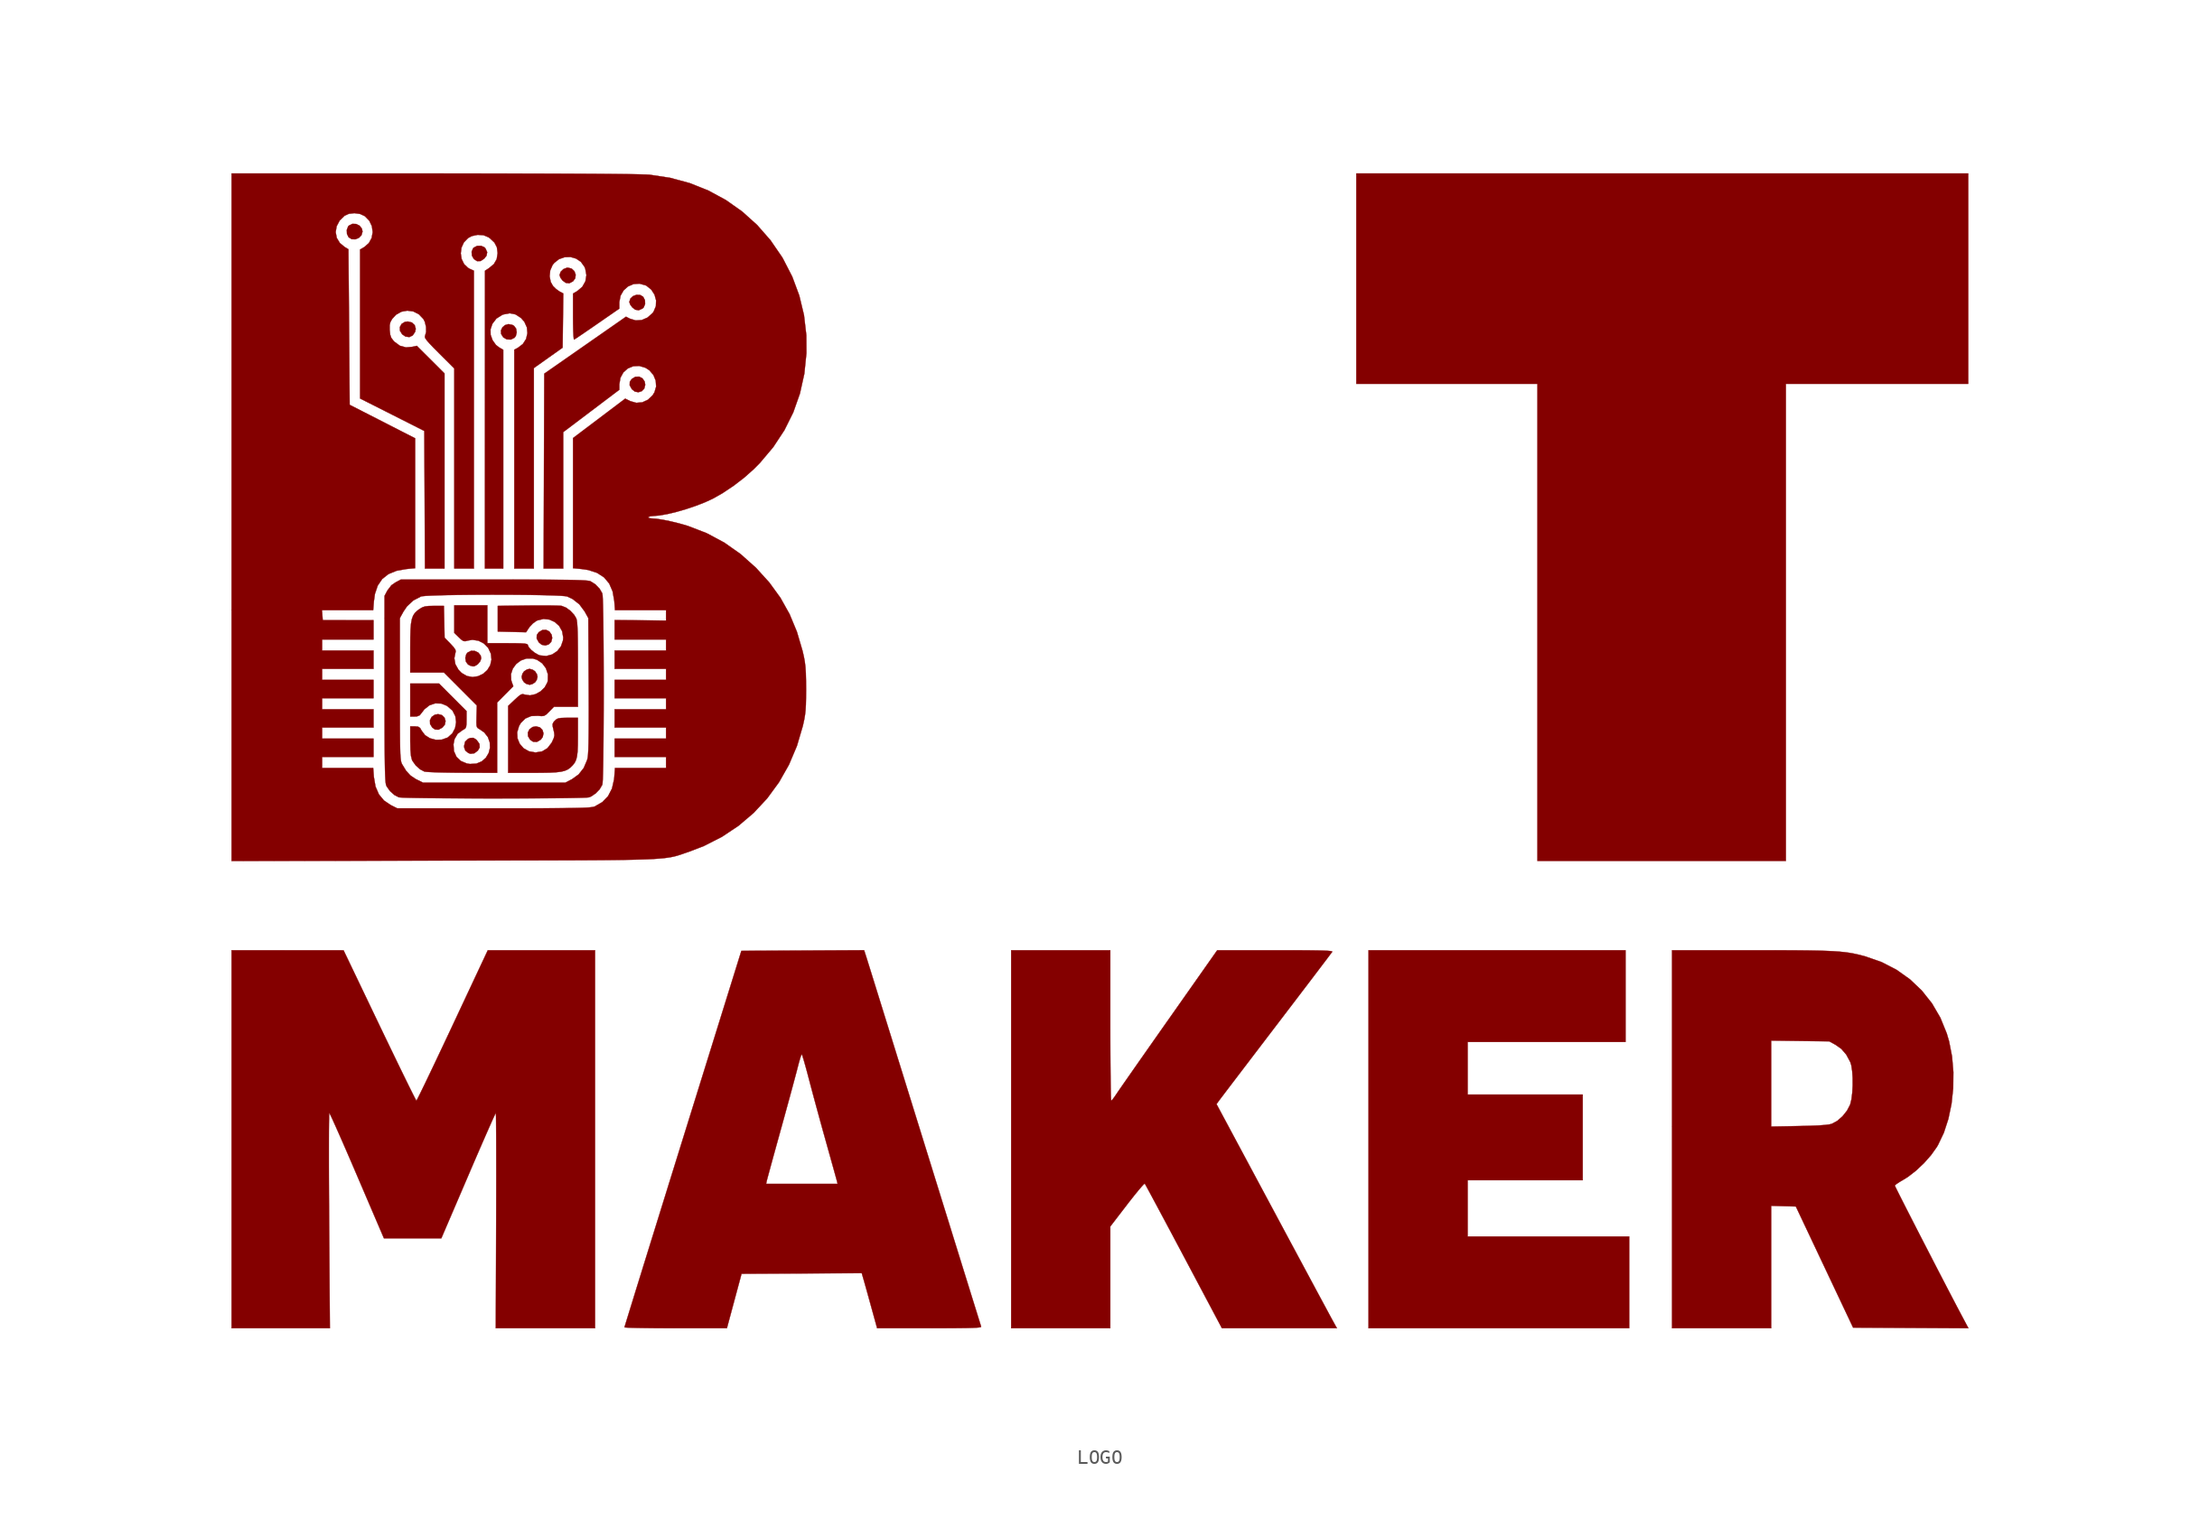
<source format=kicad_sym>
(kicad_symbol_lib
  (version 20210619)
  (generator bitmap2component)
  (symbol "LOGO"
    (pin_names
      (offset 1.016))
    (property "Reference" "#G"
      (at 0 51.35 0)
      (effects (font (size 1.27 1.27)) hide))
    (symbol "LOGO_0_0"
      (polyline (pts (xy -53.365 -32.512) (xy -53.371 -31.514) (xy -53.377 -30.451) (xy -53.381 -29.449) (xy -53.383 -28.519) (xy -53.383 -27.674) (xy -53.382 -26.926) (xy -53.38 -26.287) (xy -53.375 -25.769) (xy -53.369 -25.384) (xy -53.361 -25.144) (xy -53.352 -25.061) (xy -53.33 -25.096) (xy -53.244 -25.268) (xy -53.103 -25.573) (xy -52.912 -25.996) (xy -52.678 -26.523) (xy -52.406 -27.142) (xy -52.103 -27.837) (xy -51.776 -28.594) (xy -51.43 -29.401) (xy -49.572 -33.74) (xy -45.602 -33.74) (xy -43.741 -29.401) (xy -43.507 -28.854) (xy -43.173 -28.079) (xy -42.862 -27.362) (xy -42.581 -26.718) (xy -42.335 -26.159) (xy -42.131 -25.699) (xy -41.975 -25.354) (xy -41.874 -25.137) (xy -41.832 -25.061) (xy -41.826 -25.128) (xy -41.819 -25.353) (xy -41.814 -25.724) (xy -41.81 -26.229) (xy -41.806 -26.857) (xy -41.804 -27.595) (xy -41.803 -28.43) (xy -41.802 -29.352) (xy -41.803 -30.348) (xy -41.805 -31.405) (xy -41.808 -32.512) (xy -41.834 -39.963) (xy -34.967 -39.963) (xy -34.967 -13.801) (xy -42.387 -13.801) (xy -44.827 -19.008) (xy -45.065 -19.514) (xy -45.467 -20.368) (xy -45.845 -21.168) (xy -46.193 -21.901) (xy -46.506 -22.556) (xy -46.777 -23.12) (xy -47.001 -23.58) (xy -47.171 -23.924) (xy -47.281 -24.14) (xy -47.326 -24.215) (xy -47.344 -24.189) (xy -47.43 -24.03) (xy -47.578 -23.739) (xy -47.784 -23.326) (xy -48.041 -22.805) (xy -48.342 -22.189) (xy -48.682 -21.488) (xy -49.055 -20.717) (xy -49.455 -19.886) (xy -49.876 -19.01) (xy -52.366 -13.805) (xy -60.113 -13.801) (xy -60.113 -39.963) (xy -53.312 -39.963) (xy -53.365 -32.512)) (stroke (width 0.01)) (fill (type outline)))
      (polyline (pts (xy -25.34 -38.079) (xy -24.833 -36.195) (xy -20.675 -36.173) (xy -16.517 -36.151) (xy -16.4 -36.554) (xy -16.352 -36.722) (xy -16.261 -37.044) (xy -16.143 -37.465) (xy -16.009 -37.949) (xy -15.868 -38.46) (xy -15.453 -39.963) (xy -11.836 -39.963) (xy -11.236 -39.962) (xy -10.428 -39.96) (xy -9.769 -39.955) (xy -9.247 -39.948) (xy -8.849 -39.937) (xy -8.563 -39.923) (xy -8.377 -39.906) (xy -8.279 -39.883) (xy -8.255 -39.857) (xy -8.263 -39.833) (xy -8.315 -39.668) (xy -8.413 -39.354) (xy -8.554 -38.9) (xy -8.736 -38.315) (xy -8.956 -37.608) (xy -9.211 -36.786) (xy -9.499 -35.86) (xy -9.816 -34.838) (xy -10.161 -33.728) (xy -10.529 -32.54) (xy -10.92 -31.282) (xy -11.329 -29.963) (xy -11.754 -28.593) (xy -12.193 -27.178) (xy -12.386 -26.555) (xy -12.822 -25.151) (xy -13.244 -23.791) (xy -13.649 -22.484) (xy -14.036 -21.24) (xy -14.4 -20.066) (xy -14.74 -18.973) (xy -15.052 -17.969) (xy -15.333 -17.064) (xy -15.581 -16.265) (xy -15.793 -15.584) (xy -15.966 -15.027) (xy -16.098 -14.605) (xy -16.184 -14.328) (xy -16.224 -14.202) (xy -16.355 -13.799) (xy -20.6 -13.821) (xy -24.845 -13.843) (xy -28.887 -26.839) (xy -29.212 -27.884) (xy -29.649 -29.291) (xy -29.861 -29.972) (xy -23.134 -29.972) (xy -23.094 -29.782) (xy -23.086 -29.747) (xy -23.037 -29.561) (xy -22.95 -29.237) (xy -22.829 -28.795) (xy -22.681 -28.252) (xy -22.509 -27.627) (xy -22.319 -26.939) (xy -22.116 -26.204) (xy -22.06 -26.004) (xy -21.848 -25.236) (xy -21.644 -24.489) (xy -21.452 -23.788) (xy -21.281 -23.156) (xy -21.136 -22.616) (xy -21.023 -22.192) (xy -20.95 -21.907) (xy -20.867 -21.589) (xy -20.779 -21.283) (xy -20.71 -21.075) (xy -20.669 -20.998) (xy -20.662 -21.006) (xy -20.614 -21.132) (xy -20.534 -21.391) (xy -20.429 -21.758) (xy -20.305 -22.209) (xy -20.17 -22.721) (xy -20.026 -23.267) (xy -19.847 -23.937) (xy -19.644 -24.686) (xy -19.429 -25.473) (xy -19.213 -26.257) (xy -19.007 -26.995) (xy -18.927 -27.282) (xy -18.753 -27.904) (xy -18.595 -28.471) (xy -18.458 -28.962) (xy -18.349 -29.355) (xy -18.274 -29.628) (xy -18.238 -29.76) (xy -18.185 -29.972) (xy -23.134 -29.972) (xy -29.861 -29.972) (xy -30.07 -30.647) (xy -30.473 -31.945) (xy -30.855 -33.176) (xy -31.214 -34.331) (xy -31.546 -35.402) (xy -31.848 -36.379) (xy -32.12 -37.255) (xy -32.356 -38.022) (xy -32.556 -38.669) (xy -32.716 -39.189) (xy -32.834 -39.573) (xy -32.907 -39.813) (xy -32.932 -39.899) (xy -32.91 -39.906) (xy -32.748 -39.919) (xy -32.443 -39.931) (xy -32.013 -39.942) (xy -31.476 -39.95) (xy -30.848 -39.957) (xy -30.147 -39.961) (xy -29.391 -39.963) (xy -25.846 -39.963) (xy -25.34 -38.079)) (stroke (width 0.01)) (fill (type outline)))
      (polyline (pts (xy 0.677 -32.922) (xy 1.84 -31.407) (xy 2.018 -31.176) (xy 2.339 -30.77) (xy 2.619 -30.426) (xy 2.843 -30.163) (xy 2.995 -30) (xy 3.061 -29.953) (xy 3.074 -29.974) (xy 3.157 -30.122) (xy 3.31 -30.401) (xy 3.525 -30.8) (xy 3.796 -31.305) (xy 4.117 -31.904) (xy 4.48 -32.584) (xy 4.88 -33.333) (xy 5.308 -34.139) (xy 5.76 -34.989) (xy 8.399 -39.963) (xy 16.355 -39.963) (xy 16.062 -39.434) (xy 16.043 -39.399) (xy 15.935 -39.201) (xy 15.756 -38.869) (xy 15.511 -38.413) (xy 15.205 -37.846) (xy 14.846 -37.178) (xy 14.44 -36.42) (xy 13.991 -35.584) (xy 13.506 -34.68) (xy 12.991 -33.721) (xy 12.453 -32.716) (xy 11.896 -31.677) (xy 8.025 -24.451) (xy 8.219 -24.184) (xy 8.29 -24.09) (xy 8.458 -23.868) (xy 8.712 -23.533) (xy 9.044 -23.096) (xy 9.446 -22.568) (xy 9.908 -21.961) (xy 10.422 -21.286) (xy 10.98 -20.554) (xy 11.572 -19.777) (xy 12.191 -18.965) (xy 12.772 -18.203) (xy 13.36 -17.432) (xy 13.91 -16.709) (xy 14.415 -16.046) (xy 14.866 -15.452) (xy 15.256 -14.938) (xy 15.575 -14.516) (xy 15.817 -14.196) (xy 15.972 -13.989) (xy 16.033 -13.906) (xy 16.035 -13.902) (xy 16.007 -13.877) (xy 15.904 -13.857) (xy 15.713 -13.84) (xy 15.425 -13.827) (xy 15.025 -13.816) (xy 14.503 -13.809) (xy 13.847 -13.804) (xy 13.046 -13.802) (xy 12.086 -13.801) (xy 8.076 -13.801) (xy 4.728 -18.563) (xy 4.418 -19.003) (xy 3.858 -19.801) (xy 3.325 -20.561) (xy 2.828 -21.27) (xy 2.375 -21.917) (xy 1.976 -22.489) (xy 1.64 -22.972) (xy 1.374 -23.355) (xy 1.188 -23.625) (xy 1.091 -23.769) (xy 0.95 -23.975) (xy 0.817 -24.147) (xy 0.741 -24.213) (xy 0.74 -24.212) (xy 0.728 -24.112) (xy 0.718 -23.859) (xy 0.708 -23.467) (xy 0.7 -22.95) (xy 0.692 -22.324) (xy 0.686 -21.602) (xy 0.681 -20.799) (xy 0.678 -19.929) (xy 0.677 -19.008) (xy 0.677 -13.801) (xy -6.181 -13.801) (xy -6.181 -39.963) (xy 0.677 -39.963) (xy 0.677 -32.922)) (stroke (width 0.01)) (fill (type outline)))
      (polyline (pts (xy 36.576 -33.613) (xy 25.4 -33.613) (xy 25.4 -29.718) (xy 33.359 -29.718) (xy 33.359 -23.791) (xy 25.4 -23.791) (xy 25.4 -20.151) (xy 36.322 -20.151) (xy 36.322 -13.801) (xy 18.542 -13.801) (xy 18.542 -39.963) (xy 36.576 -39.963) (xy 36.576 -33.613)) (stroke (width 0.01)) (fill (type outline)))
      (polyline (pts (xy 59.581 -39.096) (xy 59.483 -38.911) (xy 59.233 -38.437) (xy 58.942 -37.88) (xy 58.617 -37.257) (xy 58.266 -36.581) (xy 57.897 -35.869) (xy 57.519 -35.136) (xy 57.139 -34.398) (xy 56.764 -33.671) (xy 56.404 -32.969) (xy 56.066 -32.309) (xy 55.758 -31.706) (xy 55.489 -31.175) (xy 55.265 -30.733) (xy 55.096 -30.394) (xy 54.988 -30.174) (xy 54.951 -30.089) (xy 54.958 -30.074) (xy 55.067 -29.981) (xy 55.279 -29.841) (xy 55.559 -29.676) (xy 55.883 -29.472) (xy 56.431 -29.045) (xy 56.971 -28.533) (xy 57.459 -27.981) (xy 57.85 -27.432) (xy 57.935 -27.289) (xy 58.342 -26.437) (xy 58.655 -25.477) (xy 58.872 -24.438) (xy 58.989 -23.352) (xy 59.002 -22.248) (xy 58.909 -21.157) (xy 58.705 -20.108) (xy 58.543 -19.556) (xy 58.102 -18.474) (xy 57.524 -17.483) (xy 56.818 -16.592) (xy 55.995 -15.812) (xy 55.064 -15.151) (xy 54.034 -14.621) (xy 52.915 -14.23) (xy 52.679 -14.167) (xy 52.387 -14.094) (xy 52.098 -14.031) (xy 51.799 -13.978) (xy 51.476 -13.934) (xy 51.113 -13.898) (xy 50.697 -13.869) (xy 50.212 -13.846) (xy 49.645 -13.829) (xy 48.98 -13.817) (xy 48.205 -13.809) (xy 47.303 -13.804) (xy 46.261 -13.802) (xy 45.064 -13.801) (xy 39.539 -13.801) (xy 39.539 -26.006) (xy 46.397 -26.006) (xy 46.397 -20.055) (xy 50.419 -20.108) (xy 50.86 -20.353) (xy 51.251 -20.629) (xy 51.589 -21.021) (xy 51.873 -21.548) (xy 51.941 -21.768) (xy 52.001 -22.163) (xy 52.032 -22.641) (xy 52.034 -23.156) (xy 52.007 -23.663) (xy 51.952 -24.114) (xy 51.867 -24.464) (xy 51.859 -24.488) (xy 51.643 -24.904) (xy 51.33 -25.296) (xy 50.964 -25.616) (xy 50.588 -25.817) (xy 50.427 -25.856) (xy 50.117 -25.896) (xy 49.67 -25.928) (xy 49.076 -25.952) (xy 48.324 -25.971) (xy 46.397 -26.006) (xy 39.539 -26.006) (xy 39.539 -39.963) (xy 46.397 -39.963) (xy 46.397 -31.49) (xy 47.251 -31.514) (xy 48.104 -31.538) (xy 50.084 -35.729) (xy 52.064 -39.92) (xy 56.053 -39.942) (xy 60.043 -39.964) (xy 59.581 -39.096)) (stroke (width 0.01)) (fill (type outline)))
      (polyline (pts (xy -45.445 -7.596) (xy -43.672 -7.593) (xy -41.943 -7.59) (xy -40.368 -7.587) (xy -38.938 -7.584) (xy -37.647 -7.58) (xy -36.485 -7.576) (xy -35.445 -7.571) (xy -34.519 -7.565) (xy -33.699 -7.557) (xy -32.977 -7.547) (xy -32.345 -7.535) (xy -31.794 -7.521) (xy -31.318 -7.504) (xy -30.908 -7.484) (xy -30.555 -7.46) (xy -30.253 -7.433) (xy -29.992 -7.402) (xy -29.766 -7.367) (xy -29.565 -7.328) (xy -29.383 -7.284) (xy -29.21 -7.234) (xy -29.04 -7.18) (xy -28.864 -7.119) (xy -28.674 -7.053) (xy -28.462 -6.981) (xy -27.436 -6.586) (xy -26.188 -5.951) (xy -25.036 -5.183) (xy -23.989 -4.291) (xy -23.054 -3.285) (xy -22.239 -2.172) (xy -21.552 -0.962) (xy -21.002 0.337) (xy -20.595 1.717) (xy -20.572 1.816) (xy -20.495 2.169) (xy -20.441 2.488) (xy -20.405 2.813) (xy -20.383 3.185) (xy -20.372 3.645) (xy -20.369 4.233) (xy -20.372 4.862) (xy -20.386 5.389) (xy -20.414 5.816) (xy -20.459 6.181) (xy -20.521 6.519) (xy -20.611 6.91) (xy -21.002 8.24) (xy -21.508 9.459) (xy -22.14 10.589) (xy -22.91 11.65) (xy -23.828 12.663) (xy -23.831 12.666) (xy -24.897 13.618) (xy -26.034 14.418) (xy -27.245 15.065) (xy -28.533 15.562) (xy -28.619 15.589) (xy -29.161 15.744) (xy -29.719 15.88) (xy -30.248 15.989) (xy -30.704 16.061) (xy -31.045 16.087) (xy -31.078 16.087) (xy -31.249 16.113) (xy -31.284 16.171) (xy -31.277 16.181) (xy -31.146 16.234) (xy -30.933 16.256) (xy -30.516 16.289) (xy -29.968 16.386) (xy -29.343 16.535) (xy -28.679 16.727) (xy -28.015 16.95) (xy -27.389 17.192) (xy -26.839 17.443) (xy -26.155 17.829) (xy -25.393 18.337) (xy -24.651 18.907) (xy -23.986 19.497) (xy -23.559 19.93) (xy -22.638 21.023) (xy -21.869 22.19) (xy -21.254 23.427) (xy -20.794 24.731) (xy -20.49 26.098) (xy -20.344 27.524) (xy -20.351 28.764) (xy -20.513 30.158) (xy -20.839 31.513) (xy -21.326 32.823) (xy -21.973 34.078) (xy -22.033 34.179) (xy -22.836 35.348) (xy -23.756 36.398) (xy -24.783 37.323) (xy -25.908 38.118) (xy -27.122 38.777) (xy -28.414 39.293) (xy -29.777 39.661) (xy -31.2 39.876) (xy -31.211 39.877) (xy -31.444 39.889) (xy -31.843 39.9) (xy -32.403 39.911) (xy -33.122 39.92) (xy -33.995 39.929) (xy -35.02 39.937) (xy -36.192 39.943) (xy -37.508 39.949) (xy -38.965 39.954) (xy -40.558 39.958) (xy -42.284 39.96) (xy -44.14 39.962) (xy -46.122 39.963) (xy -60.113 39.963) (xy -60.113 9.737) (xy -53.858 9.737) (xy -50.316 9.737) (xy -50.268 10.351) (xy -50.196 10.861) (xy -50.001 11.438) (xy -49.69 11.894) (xy -49.259 12.234) (xy -48.702 12.462) (xy -48.015 12.584) (xy -47.413 12.64) (xy -47.413 21.632) (xy -49.678 22.791) (xy -51.943 23.95) (xy -52.028 34.715) (xy -52.304 34.883) (xy -52.623 35.15) (xy -52.837 35.505) (xy -52.911 35.901) (xy -52.845 36.307) (xy -52.64 36.694) (xy -52.296 37.034) (xy -52.002 37.169) (xy -51.62 37.214) (xy -51.23 37.161) (xy -50.899 37.01) (xy -50.885 36.999) (xy -50.582 36.686) (xy -50.404 36.308) (xy -50.351 35.9) (xy -50.421 35.5) (xy -50.615 35.144) (xy -50.932 34.868) (xy -51.223 34.697) (xy -51.223 24.387) (xy -49.001 23.264) (xy -46.778 22.14) (xy -46.756 17.378) (xy -46.735 12.615) (xy -45.381 12.615) (xy -45.381 26.122) (xy -46.339 27.078) (xy -47.297 28.033) (xy -47.63 27.96) (xy -48.05 27.925) (xy -48.465 28.035) (xy -48.837 28.308) (xy -48.919 28.393) (xy -49.063 28.583) (xy -49.137 28.794) (xy -49.172 29.1) (xy -49.176 29.171) (xy -49.176 29.463) (xy -49.125 29.677) (xy -49.007 29.887) (xy -48.737 30.183) (xy -48.364 30.393) (xy -47.953 30.468) (xy -47.539 30.41) (xy -47.157 30.216) (xy -46.842 29.887) (xy -46.744 29.692) (xy -46.661 29.348) (xy -46.654 28.995) (xy -46.731 28.711) (xy -46.743 28.653) (xy -46.709 28.553) (xy -46.607 28.407) (xy -46.424 28.196) (xy -46.145 27.903) (xy -45.757 27.512) (xy -44.704 26.461) (xy -44.704 12.615) (xy -43.349 12.615) (xy -43.349 33.233) (xy -43.602 33.345) (xy -43.745 33.422) (xy -44.026 33.691) (xy -44.198 34.041) (xy -44.259 34.434) (xy -44.206 34.831) (xy -44.037 35.197) (xy -43.749 35.492) (xy -43.486 35.63) (xy -43.085 35.715) (xy -42.683 35.688) (xy -42.341 35.546) (xy -42.238 35.472) (xy -41.928 35.178) (xy -41.759 34.854) (xy -41.708 34.459) (xy -41.708 34.444) (xy -41.772 34.027) (xy -41.969 33.689) (xy -42.316 33.401) (xy -42.581 33.232) (xy -42.584 22.924) (xy -42.587 12.615) (xy -41.317 12.615) (xy -41.317 27.754) (xy -41.618 27.932) (xy -41.825 28.096) (xy -42.058 28.422) (xy -42.193 28.8) (xy -42.2 29.169) (xy -42.07 29.555) (xy -41.79 29.92) (xy -41.389 30.172) (xy -41.307 30.204) (xy -40.871 30.287) (xy -40.47 30.207) (xy -40.089 29.96) (xy -39.859 29.698) (xy -39.684 29.311) (xy -39.646 28.902) (xy -39.739 28.506) (xy -39.962 28.158) (xy -40.309 27.894) (xy -40.555 27.766) (xy -40.555 12.615) (xy -39.201 12.615) (xy -39.201 26.492) (xy -38.206 27.198) (xy -37.211 27.904) (xy -37.165 31.659) (xy -37.411 31.786) (xy -37.439 31.802) (xy -37.667 31.968) (xy -37.878 32.177) (xy -38.036 32.457) (xy -38.11 32.847) (xy -38.068 33.254) (xy -37.908 33.621) (xy -37.794 33.767) (xy -37.462 34.03) (xy -37.075 34.166) (xy -36.669 34.179) (xy -36.281 34.07) (xy -35.945 33.842) (xy -35.697 33.496) (xy -35.645 33.369) (xy -35.564 32.924) (xy -35.636 32.495) (xy -35.85 32.117) (xy -36.196 31.823) (xy -36.491 31.649) (xy -36.491 30.003) (xy -36.487 29.509) (xy -36.477 29.082) (xy -36.461 28.748) (xy -36.441 28.533) (xy -36.419 28.462) (xy -36.398 28.474) (xy -36.257 28.565) (xy -36.008 28.732) (xy -35.671 28.962) (xy -35.267 29.238) (xy -34.818 29.549) (xy -33.289 30.607) (xy -33.289 31.009) (xy -33.289 31.058) (xy -33.202 31.502) (xy -32.991 31.87) (xy -32.683 32.144) (xy -32.307 32.305) (xy -31.892 32.335) (xy -31.464 32.215) (xy -31.405 32.185) (xy -31.078 31.922) (xy -30.853 31.572) (xy -30.743 31.174) (xy -30.761 30.77) (xy -30.917 30.4) (xy -30.994 30.296) (xy -31.334 29.991) (xy -31.732 29.818) (xy -32.154 29.789) (xy -32.566 29.914) (xy -32.825 30.048) (xy -35.653 28.076) (xy -38.481 26.105) (xy -38.503 19.36) (xy -38.524 12.615) (xy -37.169 12.615) (xy -37.169 22.058) (xy -35.228 23.525) (xy -33.288 24.992) (xy -33.288 25.366) (xy -33.212 25.819) (xy -33.009 26.19) (xy -32.706 26.462) (xy -32.331 26.618) (xy -31.912 26.64) (xy -31.475 26.511) (xy -31.208 26.337) (xy -30.93 26.012) (xy -30.77 25.624) (xy -30.741 25.211) (xy -30.858 24.813) (xy -30.992 24.601) (xy -31.313 24.297) (xy -31.699 24.121) (xy -32.115 24.086) (xy -32.528 24.203) (xy -32.879 24.377) (xy -36.491 21.649) (xy -36.491 12.64) (xy -35.893 12.584) (xy -35.432 12.515) (xy -34.825 12.316) (xy -34.344 12.004) (xy -33.986 11.576) (xy -33.751 11.031) (xy -33.636 10.369) (xy -33.588 9.737) (xy -30.057 9.737) (xy -30.057 9.017) (xy -31.835 9.034) (xy -33.613 9.05) (xy -33.613 7.705) (xy -30.057 7.705) (xy -30.057 6.943) (xy -33.613 6.943) (xy -33.613 5.673) (xy -30.057 5.673) (xy -30.057 4.911) (xy -33.613 4.911) (xy -33.613 3.641) (xy -30.057 3.641) (xy -30.057 2.879) (xy -33.613 2.879) (xy -33.613 1.609) (xy -30.057 1.609) (xy -30.057 0.847) (xy -33.613 0.847) (xy -33.613 -0.423) (xy -30.057 -0.423) (xy -30.057 -1.185) (xy -33.588 -1.185) (xy -33.636 -1.818) (xy -33.651 -1.974) (xy -33.796 -2.611) (xy -34.067 -3.136) (xy -34.465 -3.548) (xy -34.99 -3.85) (xy -35.001 -3.854) (xy -35.08 -3.877) (xy -35.194 -3.898) (xy -35.355 -3.915) (xy -35.573 -3.93) (xy -35.86 -3.943) (xy -36.228 -3.953) (xy -36.686 -3.961) (xy -37.247 -3.968) (xy -37.921 -3.972) (xy -38.719 -3.976) (xy -39.654 -3.978) (xy -40.736 -3.979) (xy -41.975 -3.979) (xy -48.65 -3.979) (xy -49.092 -3.759) (xy -49.564 -3.443) (xy -49.921 -3.013) (xy -50.155 -2.47) (xy -50.269 -1.81) (xy -50.316 -1.185) (xy -53.848 -1.185) (xy -53.848 -0.423) (xy -50.292 -0.423) (xy -50.292 0.847) (xy -53.848 0.847) (xy -53.848 1.609) (xy -50.292 1.609) (xy -50.292 2.879) (xy -53.848 2.879) (xy -53.848 3.641) (xy -50.292 3.641) (xy -50.292 4.911) (xy -53.848 4.911) (xy -53.848 5.673) (xy -50.292 5.673) (xy -50.292 6.943) (xy -53.848 6.943) (xy -53.848 7.705) (xy -50.292 7.705) (xy -50.292 9.04) (xy -52.049 9.042) (xy -53.806 9.044) (xy -53.832 9.391) (xy -53.858 9.737) (xy -60.113 9.737) (xy -60.113 -7.625) (xy -45.445 -7.596)) (stroke (width 0.01)) (fill (type outline)))
      (polyline (pts (xy 47.413 25.4) (xy 60.029 25.4) (xy 60.029 39.963) (xy 17.695 39.963) (xy 17.695 25.4) (xy 30.226 25.4) (xy 30.226 -7.62) (xy 47.413 -7.62) (xy 47.413 25.4)) (stroke (width 0.01)) (fill (type outline)))
      (polyline (pts (xy -40.733 -3.293) (xy -39.834 -3.291) (xy -38.973 -3.287) (xy -38.166 -3.281) (xy -37.43 -3.275) (xy -36.782 -3.266) (xy -36.237 -3.256) (xy -35.812 -3.245) (xy -35.523 -3.232) (xy -35.387 -3.218) (xy -35.234 -3.157) (xy -34.922 -2.945) (xy -34.646 -2.655) (xy -34.465 -2.344) (xy -34.45 -2.247) (xy -34.434 -1.99) (xy -34.42 -1.592) (xy -34.408 -1.071) (xy -34.398 -0.443) (xy -34.389 0.276) (xy -34.382 1.069) (xy -34.377 1.92) (xy -34.373 2.814) (xy -34.371 3.733) (xy -34.371 4.662) (xy -34.373 5.584) (xy -34.376 6.483) (xy -34.381 7.342) (xy -34.388 8.147) (xy -34.396 8.879) (xy -34.407 9.523) (xy -34.418 10.063) (xy -34.432 10.483) (xy -34.447 10.766) (xy -34.465 10.895) (xy -34.652 11.219) (xy -34.947 11.525) (xy -35.282 11.737) (xy -35.36 11.759) (xy -35.489 11.778) (xy -35.681 11.795) (xy -35.946 11.809) (xy -36.295 11.821) (xy -36.738 11.831) (xy -37.286 11.838) (xy -37.95 11.844) (xy -38.741 11.849) (xy -39.668 11.851) (xy -40.744 11.853) (xy -41.979 11.853) (xy -48.403 11.853) (xy -48.771 11.658) (xy -49.057 11.46) (xy -49.335 11.095) (xy -49.53 10.726) (xy -49.53 9.186) (xy -48.472 9.186) (xy -48.218 9.646) (xy -47.977 9.999) (xy -47.536 10.409) (xy -47.005 10.685) (xy -46.927 10.701) (xy -46.675 10.725) (xy -46.284 10.745) (xy -45.775 10.763) (xy -45.165 10.778) (xy -44.475 10.789) (xy -43.724 10.797) (xy -42.93 10.803) (xy -42.113 10.805) (xy -41.292 10.804) (xy -40.487 10.8) (xy -39.717 10.793) (xy -39 10.783) (xy -38.357 10.769) (xy -37.806 10.753) (xy -37.367 10.733) (xy -37.059 10.71) (xy -36.9 10.685) (xy -36.522 10.508) (xy -36.05 10.136) (xy -35.687 9.646) (xy -35.433 9.186) (xy -35.408 4.584) (xy -35.405 4.031) (xy -35.402 2.919) (xy -35.404 1.97) (xy -35.409 1.179) (xy -35.419 0.544) (xy -35.434 0.06) (xy -35.453 -0.278) (xy -35.477 -0.474) (xy -35.517 -0.636) (xy -35.749 -1.182) (xy -36.105 -1.634) (xy -36.565 -1.965) (xy -37.019 -2.201) (xy -46.872 -2.201) (xy -47.314 -1.981) (xy -47.389 -1.942) (xy -47.743 -1.702) (xy -48.038 -1.379) (xy -48.313 -0.931) (xy -48.327 -0.904) (xy -48.359 -0.83) (xy -48.385 -0.736) (xy -48.407 -0.609) (xy -48.425 -0.435) (xy -48.44 -0.201) (xy -48.45 0.108) (xy -48.459 0.504) (xy -48.464 1.001) (xy -48.468 1.613) (xy -48.47 2.354) (xy -48.471 3.237) (xy -48.472 4.276) (xy -48.472 9.186) (xy -49.53 9.186) (xy -49.53 4.302) (xy -49.529 3.075) (xy -49.528 1.998) (xy -49.525 1.069) (xy -49.521 0.278) (xy -49.515 -0.387) (xy -49.508 -0.936) (xy -49.498 -1.38) (xy -49.486 -1.729) (xy -49.472 -1.994) (xy -49.455 -2.187) (xy -49.436 -2.316) (xy -49.413 -2.394) (xy -49.377 -2.472) (xy -49.151 -2.788) (xy -48.855 -3.054) (xy -48.547 -3.214) (xy -48.472 -3.224) (xy -48.232 -3.238) (xy -47.849 -3.25) (xy -47.342 -3.26) (xy -46.725 -3.269) (xy -46.016 -3.277) (xy -45.231 -3.284) (xy -44.386 -3.288) (xy -43.497 -3.292) (xy -42.581 -3.294) (xy -41.654 -3.294) (xy -40.733 -3.293)) (stroke (width 0.01)) (fill (type outline)))
      (polyline (pts (xy -31.738 24.891) (xy -31.564 25.068) (xy -31.496 25.335) (xy -31.537 25.565) (xy -31.691 25.785) (xy -31.919 25.9) (xy -32.179 25.89) (xy -32.427 25.739) (xy -32.563 25.544) (xy -32.573 25.303) (xy -32.421 25.03) (xy -32.221 24.868) (xy -31.973 24.819) (xy -31.738 24.891)) (stroke (width 0.01)) (fill (type outline)))
      (polyline (pts (xy -40.541 28.588) (xy -40.449 28.709) (xy -40.385 28.963) (xy -40.428 29.223) (xy -40.574 29.417) (xy -40.693 29.484) (xy -40.958 29.534) (xy -41.196 29.466) (xy -41.378 29.311) (xy -41.478 29.098) (xy -41.467 28.856) (xy -41.317 28.617) (xy -41.072 28.476) (xy -40.79 28.465) (xy -40.541 28.588)) (stroke (width 0.01)) (fill (type outline)))
      (polyline (pts (xy -47.578 28.753) (xy -47.409 29.009) (xy -47.372 29.213) (xy -47.445 29.466) (xy -47.639 29.647) (xy -47.926 29.717) (xy -48.126 29.687) (xy -48.352 29.548) (xy -48.471 29.331) (xy -48.464 29.079) (xy -48.314 28.833) (xy -48.08 28.672) (xy -47.813 28.638) (xy -47.578 28.753)) (stroke (width 0.01)) (fill (type outline)))
      (polyline (pts (xy -31.684 30.612) (xy -31.605 30.687) (xy -31.506 30.92) (xy -31.515 31.189) (xy -31.636 31.426) (xy -31.84 31.551) (xy -32.093 31.564) (xy -32.339 31.475) (xy -32.523 31.304) (xy -32.597 31.069) (xy -32.596 31.059) (xy -32.532 30.879) (xy -32.389 30.688) (xy -32.189 30.535) (xy -31.947 30.493) (xy -31.684 30.612)) (stroke (width 0.01)) (fill (type outline)))
      (polyline (pts (xy -36.49 32.496) (xy -36.335 32.71) (xy -36.309 32.96) (xy -36.397 33.197) (xy -36.581 33.374) (xy -36.843 33.443) (xy -36.909 33.439) (xy -37.158 33.342) (xy -37.347 33.157) (xy -37.423 32.931) (xy -37.422 32.922) (xy -37.358 32.741) (xy -37.215 32.55) (xy -36.996 32.389) (xy -36.749 32.36) (xy -36.49 32.496)) (stroke (width 0.01)) (fill (type outline)))
      (polyline (pts (xy -42.882 33.9) (xy -42.626 34.075) (xy -42.472 34.274) (xy -42.431 34.516) (xy -42.55 34.779) (xy -42.625 34.858) (xy -42.858 34.957) (xy -43.127 34.949) (xy -43.364 34.827) (xy -43.407 34.781) (xy -43.506 34.543) (xy -43.486 34.272) (xy -43.349 34.036) (xy -43.13 33.893) (xy -42.882 33.9)) (stroke (width 0.01)) (fill (type outline)))
      (polyline (pts (xy -51.306 35.503) (xy -51.125 35.689) (xy -51.054 35.941) (xy -51.095 36.14) (xy -51.256 36.347) (xy -51.493 36.465) (xy -51.757 36.474) (xy -52 36.351) (xy -52.051 36.293) (xy -52.142 36.053) (xy -52.13 35.778) (xy -52.014 35.545) (xy -51.801 35.413) (xy -51.547 35.405) (xy -51.306 35.503)) (stroke (width 0.01)) (fill (type outline)))
      (polyline (pts (xy -39.179 -1.522) (xy -38.703 -1.52) (xy -38.121 -1.51) (xy -37.669 -1.486) (xy -37.322 -1.444) (xy -37.058 -1.38) (xy -36.852 -1.288) (xy -36.68 -1.165) (xy -36.518 -1.006) (xy -36.496 -0.981) (xy -36.369 -0.813) (xy -36.277 -0.62) (xy -36.215 -0.373) (xy -36.177 -0.043) (xy -36.158 0.398) (xy -36.153 0.979) (xy -36.153 2.286) (xy -36.858 2.286) (xy -37.025 2.285) (xy -37.322 2.275) (xy -37.514 2.244) (xy -37.643 2.183) (xy -37.756 2.08) (xy -37.837 1.988) (xy -37.901 1.866) (xy -37.9 1.709) (xy -37.842 1.455) (xy -37.8 1.278) (xy -37.779 1.07) (xy -37.822 0.88) (xy -37.938 0.625) (xy -37.973 0.558) (xy -38.259 0.186) (xy -38.626 -0.038) (xy -39.074 -0.113) (xy -39.092 -0.113) (xy -39.538 -0.033) (xy -39.906 0.174) (xy -40.176 0.481) (xy -40.332 0.859) (xy -40.355 1.28) (xy -40.227 1.714) (xy -40.103 1.926) (xy -39.787 2.239) (xy -39.386 2.407) (xy -38.911 2.425) (xy -38.663 2.402) (xy -38.49 2.424) (xy -38.339 2.518) (xy -38.141 2.711) (xy -37.812 3.048) (xy -36.153 3.048) (xy -36.153 5.972) (xy -36.153 6.321) (xy -36.156 7.095) (xy -36.162 7.721) (xy -36.172 8.214) (xy -36.188 8.591) (xy -36.208 8.865) (xy -36.234 9.053) (xy -36.267 9.169) (xy -36.408 9.407) (xy -36.67 9.69) (xy -36.977 9.914) (xy -37.273 10.032) (xy -37.362 10.041) (xy -37.621 10.052) (xy -38.004 10.059) (xy -38.483 10.063) (xy -39.032 10.062) (xy -39.624 10.058) (xy -41.698 10.033) (xy -41.698 8.255) (xy -39.74 8.208) (xy -39.534 8.52) (xy -39.496 8.574) (xy -39.273 8.812) (xy -39.033 8.988) (xy -38.947 9.029) (xy -38.532 9.129) (xy -38.124 9.085) (xy -37.752 8.916) (xy -37.449 8.641) (xy -37.244 8.279) (xy -37.169 7.849) (xy -37.185 7.643) (xy -37.325 7.236) (xy -37.583 6.905) (xy -37.929 6.673) (xy -38.334 6.564) (xy -38.768 6.601) (xy -38.89 6.646) (xy -39.142 6.791) (xy -39.379 6.981) (xy -39.555 7.177) (xy -39.624 7.34) (xy -39.627 7.354) (xy -39.686 7.393) (xy -39.835 7.421) (xy -40.094 7.438) (xy -40.483 7.448) (xy -41.021 7.451) (xy -42.418 7.451) (xy -42.418 10.075) (xy -44.704 10.075) (xy -44.704 8.162) (xy -44.385 7.851) (xy -44.23 7.705) (xy -44.084 7.603) (xy -43.947 7.586) (xy -43.76 7.633) (xy -43.45 7.684) (xy -43.033 7.622) (xy -42.658 7.428) (xy -42.359 7.122) (xy -42.174 6.724) (xy -42.13 6.318) (xy -42.219 5.925) (xy -42.422 5.59) (xy -42.711 5.331) (xy -43.061 5.164) (xy -43.443 5.107) (xy -43.833 5.178) (xy -44.202 5.394) (xy -44.413 5.61) (xy -44.63 5.995) (xy -44.704 6.408) (xy -44.622 6.816) (xy -44.607 6.872) (xy -44.629 6.998) (xy -44.742 7.165) (xy -44.964 7.408) (xy -45.376 7.832) (xy -45.4 8.932) (xy -45.424 10.033) (xy -46.111 10.033) (xy -46.476 10.025) (xy -46.727 9.995) (xy -46.918 9.931) (xy -47.104 9.821) (xy -47.271 9.699) (xy -47.432 9.543) (xy -47.554 9.357) (xy -47.64 9.118) (xy -47.698 8.804) (xy -47.732 8.39) (xy -47.748 7.853) (xy -47.752 7.17) (xy -47.752 5.419) (xy -45.421 5.419) (xy -44.284 4.279) (xy -43.146 3.139) (xy -43.168 2.378) (xy -43.169 2.309) (xy -43.176 1.972) (xy -43.167 1.76) (xy -43.133 1.635) (xy -43.064 1.559) (xy -42.952 1.494) (xy -42.636 1.275) (xy -42.382 0.952) (xy -42.251 0.586) (xy -42.236 0.207) (xy -42.328 -0.157) (xy -42.522 -0.479) (xy -42.807 -0.731) (xy -43.177 -0.884) (xy -43.624 -0.91) (xy -43.839 -0.875) (xy -44.254 -0.701) (xy -44.556 -0.41) (xy -44.73 -0.02) (xy -44.763 0.451) (xy -44.686 0.819) (xy -44.473 1.18) (xy -44.129 1.434) (xy -44.055 1.472) (xy -43.945 1.549) (xy -43.887 1.658) (xy -43.864 1.846) (xy -43.859 2.158) (xy -43.857 2.749) (xy -44.808 3.703) (xy -45.76 4.657) (xy -47.752 4.657) (xy -47.752 2.371) (xy -47.434 2.374) (xy -47.286 2.383) (xy -47.1 2.458) (xy -46.948 2.646) (xy -46.775 2.873) (xy -46.421 3.152) (xy -46.023 3.286) (xy -45.608 3.274) (xy -45.207 3.112) (xy -44.849 2.8) (xy -44.821 2.766) (xy -44.633 2.397) (xy -44.578 1.986) (xy -44.649 1.576) (xy -44.84 1.211) (xy -45.143 0.934) (xy -45.174 0.916) (xy -45.569 0.774) (xy -45.988 0.762) (xy -46.389 0.869) (xy -46.728 1.084) (xy -46.964 1.396) (xy -47.071 1.582) (xy -47.205 1.673) (xy -47.429 1.693) (xy -47.752 1.693) (xy -47.752 0.669) (xy -47.739 0.076) (xy -47.7 -0.353) (xy -47.635 -0.617) (xy -47.599 -0.694) (xy -47.373 -1.01) (xy -47.077 -1.276) (xy -46.77 -1.436) (xy -46.762 -1.438) (xy -46.598 -1.457) (xy -46.293 -1.475) (xy -45.869 -1.491) (xy -45.352 -1.503) (xy -44.764 -1.512) (xy -44.133 -1.517) (xy -41.741 -1.524) (xy -41.741 3.34) (xy -41.181 3.904) (xy -40.622 4.468) (xy -40.728 4.76) (xy -40.769 4.902) (xy -40.783 5.308) (xy -40.66 5.686) (xy -40.424 6.011) (xy -40.099 6.254) (xy -39.709 6.39) (xy -39.277 6.391) (xy -38.976 6.298) (xy -38.622 6.056) (xy -38.366 5.713) (xy -38.229 5.301) (xy -38.235 4.856) (xy -38.266 4.734) (xy -38.451 4.393) (xy -38.74 4.114) (xy -39.091 3.921) (xy -39.466 3.838) (xy -39.824 3.89) (xy -39.869 3.906) (xy -39.992 3.927) (xy -40.114 3.887) (xy -40.276 3.765) (xy -40.518 3.544) (xy -40.979 3.108) (xy -40.979 -1.524) (xy -39.179 -1.522)) (stroke (width 0.01)) (fill (type outline)))
      (polyline (pts (xy -43.319 -0.17) (xy -43.074 0.017) (xy -42.949 0.232) (xy -42.962 0.477) (xy -43.142 0.732) (xy -43.202 0.789) (xy -43.386 0.899) (xy -43.586 0.892) (xy -43.748 0.833) (xy -43.955 0.636) (xy -44.025 0.344) (xy -44.019 0.225) (xy -43.937 0.01) (xy -43.73 -0.152) (xy -43.582 -0.205) (xy -43.319 -0.17)) (stroke (width 0.01)) (fill (type outline)))
      (polyline (pts (xy -38.719 0.777) (xy -38.588 0.955) (xy -38.535 1.21) (xy -38.606 1.449) (xy -38.783 1.625) (xy -39.051 1.693) (xy -39.281 1.652) (xy -39.501 1.498) (xy -39.616 1.27) (xy -39.606 1.011) (xy -39.455 0.762) (xy -39.244 0.624) (xy -38.982 0.618) (xy -38.719 0.777)) (stroke (width 0.01)) (fill (type outline)))
      (polyline (pts (xy -45.52 1.615) (xy -45.357 1.815) (xy -45.309 2.063) (xy -45.38 2.298) (xy -45.557 2.472) (xy -45.824 2.54) (xy -46.055 2.499) (xy -46.275 2.345) (xy -46.389 2.117) (xy -46.38 1.857) (xy -46.228 1.609) (xy -46.033 1.473) (xy -45.792 1.463) (xy -45.52 1.615)) (stroke (width 0.01)) (fill (type outline)))
      (polyline (pts (xy -39.318 4.613) (xy -39.116 4.741) (xy -39.005 4.903) (xy -38.947 5.122) (xy -38.988 5.302) (xy -39.116 5.503) (xy -39.278 5.614) (xy -39.497 5.673) (xy -39.676 5.631) (xy -39.878 5.503) (xy -39.988 5.341) (xy -40.047 5.122) (xy -40.006 4.943) (xy -39.878 4.741) (xy -39.716 4.631) (xy -39.497 4.572) (xy -39.318 4.613)) (stroke (width 0.01)) (fill (type outline)))
      (polyline (pts (xy -43.298 5.86) (xy -43.084 5.989) (xy -42.912 6.191) (xy -42.841 6.407) (xy -42.884 6.603) (xy -43.047 6.803) (xy -43.285 6.916) (xy -43.548 6.923) (xy -43.787 6.803) (xy -43.879 6.681) (xy -43.943 6.428) (xy -43.9 6.168) (xy -43.754 5.974) (xy -43.595 5.89) (xy -43.399 5.842) (xy -43.298 5.86)) (stroke (width 0.01)) (fill (type outline)))
      (polyline (pts (xy -38.173 7.365) (xy -37.999 7.542) (xy -37.931 7.809) (xy -37.972 8.039) (xy -38.126 8.259) (xy -38.354 8.374) (xy -38.613 8.364) (xy -38.862 8.213) (xy -38.997 8.018) (xy -39.007 7.777) (xy -38.856 7.504) (xy -38.656 7.342) (xy -38.407 7.293) (xy -38.173 7.365)) (stroke (width 0.01)) (fill (type outline))))))
</source>
